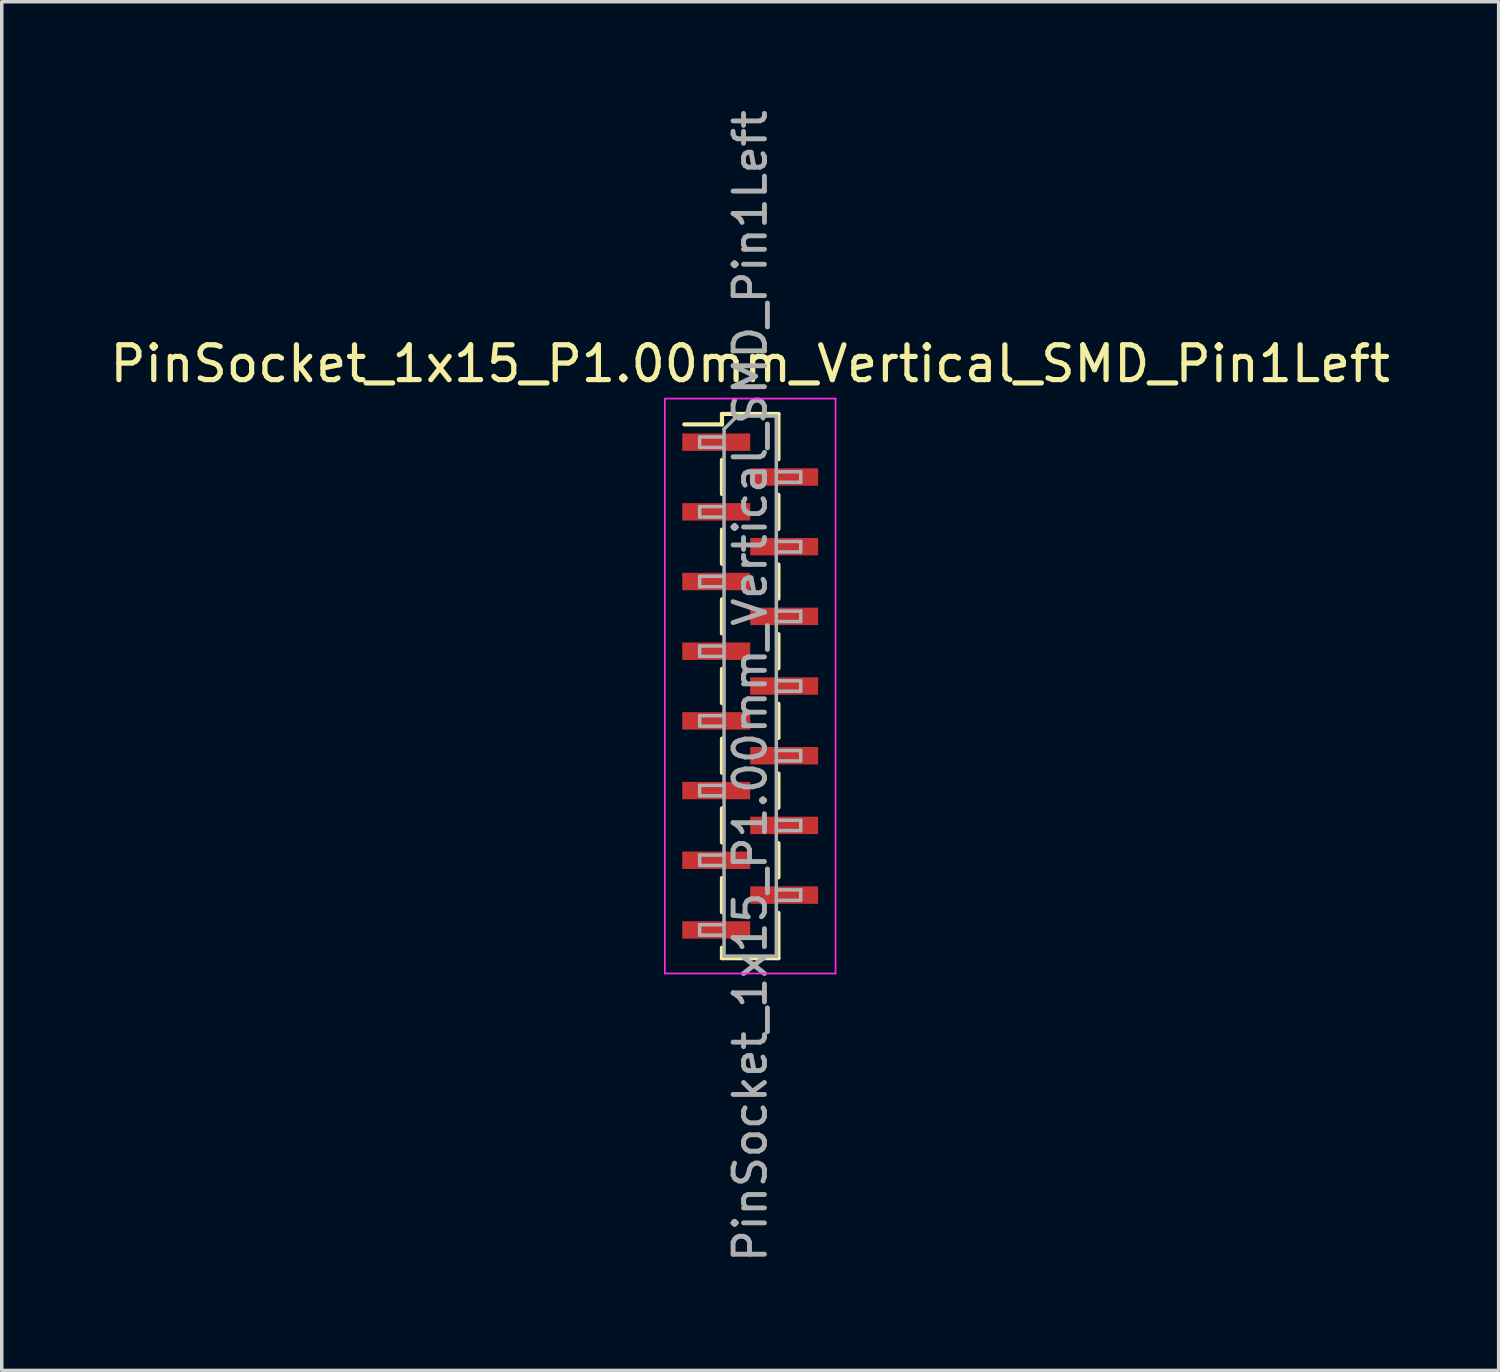
<source format=kicad_pcb>
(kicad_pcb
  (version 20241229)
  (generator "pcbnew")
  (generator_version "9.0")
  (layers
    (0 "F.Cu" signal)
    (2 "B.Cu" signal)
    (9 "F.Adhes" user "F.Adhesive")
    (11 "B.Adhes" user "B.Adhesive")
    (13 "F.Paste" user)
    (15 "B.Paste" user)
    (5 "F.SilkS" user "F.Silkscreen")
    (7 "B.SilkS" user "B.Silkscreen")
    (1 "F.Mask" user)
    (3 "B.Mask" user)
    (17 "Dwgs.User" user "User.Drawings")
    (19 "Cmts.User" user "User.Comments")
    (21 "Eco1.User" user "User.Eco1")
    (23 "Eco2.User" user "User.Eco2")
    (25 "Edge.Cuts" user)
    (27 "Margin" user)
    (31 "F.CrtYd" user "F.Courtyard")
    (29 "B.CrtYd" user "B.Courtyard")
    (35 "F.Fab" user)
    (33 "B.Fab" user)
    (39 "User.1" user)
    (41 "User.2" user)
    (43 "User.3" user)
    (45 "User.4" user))
  (footprint "PinSocket_1x15_P1.00mm_Vertical_SMD_Pin1Left"
    (layer "F.Cu")
    (at 18.482 16.641)
    (property "Reference" "PinSocket_1x15_P1.00mm_Vertical_SMD_Pin1Left" (at 0 -9.25 0) (layer "F.SilkS") (effects (font (size 1 1) (thickness 0.15))))
    (attr smd)
    (fp_line (start -1.89 -7.51) (end -0.81 -7.51) (stroke (width 0.12) (type solid)) (layer "F.SilkS"))
    (fp_line (start -0.81 -7.81) (end -0.81 -7.51) (stroke (width 0.12) (type solid)) (layer "F.SilkS"))
    (fp_line (start -0.81 -7.81) (end 0.81 -7.81) (stroke (width 0.12) (type solid)) (layer "F.SilkS"))
    (fp_line (start -0.81 -6.49) (end -0.81 -5.51) (stroke (width 0.12) (type solid)) (layer "F.SilkS"))
    (fp_line (start -0.81 -4.49) (end -0.81 -3.51) (stroke (width 0.12) (type solid)) (layer "F.SilkS"))
    (fp_line (start -0.81 -2.49) (end -0.81 -1.51) (stroke (width 0.12) (type solid)) (layer "F.SilkS"))
    (fp_line (start -0.81 -0.49) (end -0.81 0.49) (stroke (width 0.12) (type solid)) (layer "F.SilkS"))
    (fp_line (start -0.81 1.51) (end -0.81 2.49) (stroke (width 0.12) (type solid)) (layer "F.SilkS"))
    (fp_line (start -0.81 3.51) (end -0.81 4.49) (stroke (width 0.12) (type solid)) (layer "F.SilkS"))
    (fp_line (start -0.81 5.51) (end -0.81 6.49) (stroke (width 0.12) (type solid)) (layer "F.SilkS"))
    (fp_line (start -0.81 7.51) (end -0.81 7.81) (stroke (width 0.12) (type solid)) (layer "F.SilkS"))
    (fp_line (start -0.81 7.81) (end 0.81 7.81) (stroke (width 0.12) (type solid)) (layer "F.SilkS"))
    (fp_line (start 0.81 -7.81) (end 0.81 -6.51) (stroke (width 0.12) (type solid)) (layer "F.SilkS"))
    (fp_line (start 0.81 -5.49) (end 0.81 -4.51) (stroke (width 0.12) (type solid)) (layer "F.SilkS"))
    (fp_line (start 0.81 -3.49) (end 0.81 -2.51) (stroke (width 0.12) (type solid)) (layer "F.SilkS"))
    (fp_line (start 0.81 -1.49) (end 0.81 -0.51) (stroke (width 0.12) (type solid)) (layer "F.SilkS"))
    (fp_line (start 0.81 0.51) (end 0.81 1.49) (stroke (width 0.12) (type solid)) (layer "F.SilkS"))
    (fp_line (start 0.81 2.51) (end 0.81 3.49) (stroke (width 0.12) (type solid)) (layer "F.SilkS"))
    (fp_line (start 0.81 4.51) (end 0.81 5.49) (stroke (width 0.12) (type solid)) (layer "F.SilkS"))
    (fp_line (start 0.81 6.51) (end 0.81 7.81) (stroke (width 0.12) (type solid)) (layer "F.SilkS"))
    (fp_line (start -2.45 -8.25) (end 2.45 -8.25) (stroke (width 0.05) (type solid)) (layer "F.CrtYd"))
    (fp_line (start -2.45 8.25) (end -2.45 -8.25) (stroke (width 0.05) (type solid)) (layer "F.CrtYd"))
    (fp_line (start 2.45 -8.25) (end 2.45 8.25) (stroke (width 0.05) (type solid)) (layer "F.CrtYd"))
    (fp_line (start 2.45 8.25) (end -2.45 8.25) (stroke (width 0.05) (type solid)) (layer "F.CrtYd"))
    (fp_line (start -1.45 -7.15) (end -0.75 -7.15) (stroke (width 0.1) (type solid)) (layer "F.Fab"))
    (fp_line (start -1.45 -6.85) (end -1.45 -7.15) (stroke (width 0.1) (type solid)) (layer "F.Fab"))
    (fp_line (start -1.45 -5.15) (end -0.75 -5.15) (stroke (width 0.1) (type solid)) (layer "F.Fab"))
    (fp_line (start -1.45 -4.85) (end -1.45 -5.15) (stroke (width 0.1) (type solid)) (layer "F.Fab"))
    (fp_line (start -1.45 -3.15) (end -0.75 -3.15) (stroke (width 0.1) (type solid)) (layer "F.Fab"))
    (fp_line (start -1.45 -2.85) (end -1.45 -3.15) (stroke (width 0.1) (type solid)) (layer "F.Fab"))
    (fp_line (start -1.45 -1.15) (end -0.75 -1.15) (stroke (width 0.1) (type solid)) (layer "F.Fab"))
    (fp_line (start -1.45 -0.85) (end -1.45 -1.15) (stroke (width 0.1) (type solid)) (layer "F.Fab"))
    (fp_line (start -1.45 0.85) (end -0.75 0.85) (stroke (width 0.1) (type solid)) (layer "F.Fab"))
    (fp_line (start -1.45 1.15) (end -1.45 0.85) (stroke (width 0.1) (type solid)) (layer "F.Fab"))
    (fp_line (start -1.45 2.85) (end -0.75 2.85) (stroke (width 0.1) (type solid)) (layer "F.Fab"))
    (fp_line (start -1.45 3.15) (end -1.45 2.85) (stroke (width 0.1) (type solid)) (layer "F.Fab"))
    (fp_line (start -1.45 4.85) (end -0.75 4.85) (stroke (width 0.1) (type solid)) (layer "F.Fab"))
    (fp_line (start -1.45 5.15) (end -1.45 4.85) (stroke (width 0.1) (type solid)) (layer "F.Fab"))
    (fp_line (start -1.45 6.85) (end -0.75 6.85) (stroke (width 0.1) (type solid)) (layer "F.Fab"))
    (fp_line (start -1.45 7.15) (end -1.45 6.85) (stroke (width 0.1) (type solid)) (layer "F.Fab"))
    (fp_line (start -0.75 -7.375) (end -0.375 -7.75) (stroke (width 0.1) (type solid)) (layer "F.Fab"))
    (fp_line (start -0.75 -6.85) (end -1.45 -6.85) (stroke (width 0.1) (type solid)) (layer "F.Fab"))
    (fp_line (start -0.75 -4.85) (end -1.45 -4.85) (stroke (width 0.1) (type solid)) (layer "F.Fab"))
    (fp_line (start -0.75 -2.85) (end -1.45 -2.85) (stroke (width 0.1) (type solid)) (layer "F.Fab"))
    (fp_line (start -0.75 -0.85) (end -1.45 -0.85) (stroke (width 0.1) (type solid)) (layer "F.Fab"))
    (fp_line (start -0.75 1.15) (end -1.45 1.15) (stroke (width 0.1) (type solid)) (layer "F.Fab"))
    (fp_line (start -0.75 3.15) (end -1.45 3.15) (stroke (width 0.1) (type solid)) (layer "F.Fab"))
    (fp_line (start -0.75 5.15) (end -1.45 5.15) (stroke (width 0.1) (type solid)) (layer "F.Fab"))
    (fp_line (start -0.75 7.15) (end -1.45 7.15) (stroke (width 0.1) (type solid)) (layer "F.Fab"))
    (fp_line (start -0.75 7.75) (end -0.75 -7.375) (stroke (width 0.1) (type solid)) (layer "F.Fab"))
    (fp_line (start -0.375 -7.75) (end 0.75 -7.75) (stroke (width 0.1) (type solid)) (layer "F.Fab"))
    (fp_line (start 0.75 -7.75) (end 0.75 7.75) (stroke (width 0.1) (type solid)) (layer "F.Fab"))
    (fp_line (start 0.75 -6.15) (end 1.45 -6.15) (stroke (width 0.1) (type solid)) (layer "F.Fab"))
    (fp_line (start 0.75 -4.15) (end 1.45 -4.15) (stroke (width 0.1) (type solid)) (layer "F.Fab"))
    (fp_line (start 0.75 -2.15) (end 1.45 -2.15) (stroke (width 0.1) (type solid)) (layer "F.Fab"))
    (fp_line (start 0.75 -0.15) (end 1.45 -0.15) (stroke (width 0.1) (type solid)) (layer "F.Fab"))
    (fp_line (start 0.75 1.85) (end 1.45 1.85) (stroke (width 0.1) (type solid)) (layer "F.Fab"))
    (fp_line (start 0.75 3.85) (end 1.45 3.85) (stroke (width 0.1) (type solid)) (layer "F.Fab"))
    (fp_line (start 0.75 5.85) (end 1.45 5.85) (stroke (width 0.1) (type solid)) (layer "F.Fab"))
    (fp_line (start 0.75 7.75) (end -0.75 7.75) (stroke (width 0.1) (type solid)) (layer "F.Fab"))
    (fp_line (start 1.45 -6.15) (end 1.45 -5.85) (stroke (width 0.1) (type solid)) (layer "F.Fab"))
    (fp_line (start 1.45 -5.85) (end 0.75 -5.85) (stroke (width 0.1) (type solid)) (layer "F.Fab"))
    (fp_line (start 1.45 -4.15) (end 1.45 -3.85) (stroke (width 0.1) (type solid)) (layer "F.Fab"))
    (fp_line (start 1.45 -3.85) (end 0.75 -3.85) (stroke (width 0.1) (type solid)) (layer "F.Fab"))
    (fp_line (start 1.45 -2.15) (end 1.45 -1.85) (stroke (width 0.1) (type solid)) (layer "F.Fab"))
    (fp_line (start 1.45 -1.85) (end 0.75 -1.85) (stroke (width 0.1) (type solid)) (layer "F.Fab"))
    (fp_line (start 1.45 -0.15) (end 1.45 0.15) (stroke (width 0.1) (type solid)) (layer "F.Fab"))
    (fp_line (start 1.45 0.15) (end 0.75 0.15) (stroke (width 0.1) (type solid)) (layer "F.Fab"))
    (fp_line (start 1.45 1.85) (end 1.45 2.15) (stroke (width 0.1) (type solid)) (layer "F.Fab"))
    (fp_line (start 1.45 2.15) (end 0.75 2.15) (stroke (width 0.1) (type solid)) (layer "F.Fab"))
    (fp_line (start 1.45 3.85) (end 1.45 4.15) (stroke (width 0.1) (type solid)) (layer "F.Fab"))
    (fp_line (start 1.45 4.15) (end 0.75 4.15) (stroke (width 0.1) (type solid)) (layer "F.Fab"))
    (fp_line (start 1.45 5.85) (end 1.45 6.15) (stroke (width 0.1) (type solid)) (layer "F.Fab"))
    (fp_line (start 1.45 6.15) (end 0.75 6.15) (stroke (width 0.1) (type solid)) (layer "F.Fab"))
    (fp_text user "${REFERENCE}" (at 0 0 90) (layer "F.Fab") (effects (font (size 0.9 0.9) (thickness 0.14))))
    (pad "1" smd rect (at -0.975 -7) (size 1.95 0.5) (layers "F.Cu" "F.Mask" "F.Paste"))
    (pad "2" smd rect (at 0.975 -6) (size 1.95 0.5) (layers "F.Cu" "F.Mask" "F.Paste"))
    (pad "3" smd rect (at -0.975 -5) (size 1.95 0.5) (layers "F.Cu" "F.Mask" "F.Paste"))
    (pad "4" smd rect (at 0.975 -4) (size 1.95 0.5) (layers "F.Cu" "F.Mask" "F.Paste"))
    (pad "5" smd rect (at -0.975 -3) (size 1.95 0.5) (layers "F.Cu" "F.Mask" "F.Paste"))
    (pad "6" smd rect (at 0.975 -2) (size 1.95 0.5) (layers "F.Cu" "F.Mask" "F.Paste"))
    (pad "7" smd rect (at -0.975 -1) (size 1.95 0.5) (layers "F.Cu" "F.Mask" "F.Paste"))
    (pad "8" smd rect (at 0.975 0) (size 1.95 0.5) (layers "F.Cu" "F.Mask" "F.Paste"))
    (pad "9" smd rect (at -0.975 1) (size 1.95 0.5) (layers "F.Cu" "F.Mask" "F.Paste"))
    (pad "10" smd rect (at 0.975 2) (size 1.95 0.5) (layers "F.Cu" "F.Mask" "F.Paste"))
    (pad "11" smd rect (at -0.975 3) (size 1.95 0.5) (layers "F.Cu" "F.Mask" "F.Paste"))
    (pad "12" smd rect (at 0.975 4) (size 1.95 0.5) (layers "F.Cu" "F.Mask" "F.Paste"))
    (pad "13" smd rect (at -0.975 5) (size 1.95 0.5) (layers "F.Cu" "F.Mask" "F.Paste"))
    (pad "14" smd rect (at 0.975 6) (size 1.95 0.5) (layers "F.Cu" "F.Mask" "F.Paste"))
    (pad "15" smd rect (at -0.975 7) (size 1.95 0.5) (layers "F.Cu" "F.Mask" "F.Paste")))
  (gr_rect
    (start -3 -3)
    (end 39.964 36.283)
    (stroke (width 0.1) (type default))
    (fill no)
    (layer "Edge.Cuts")))
</source>
